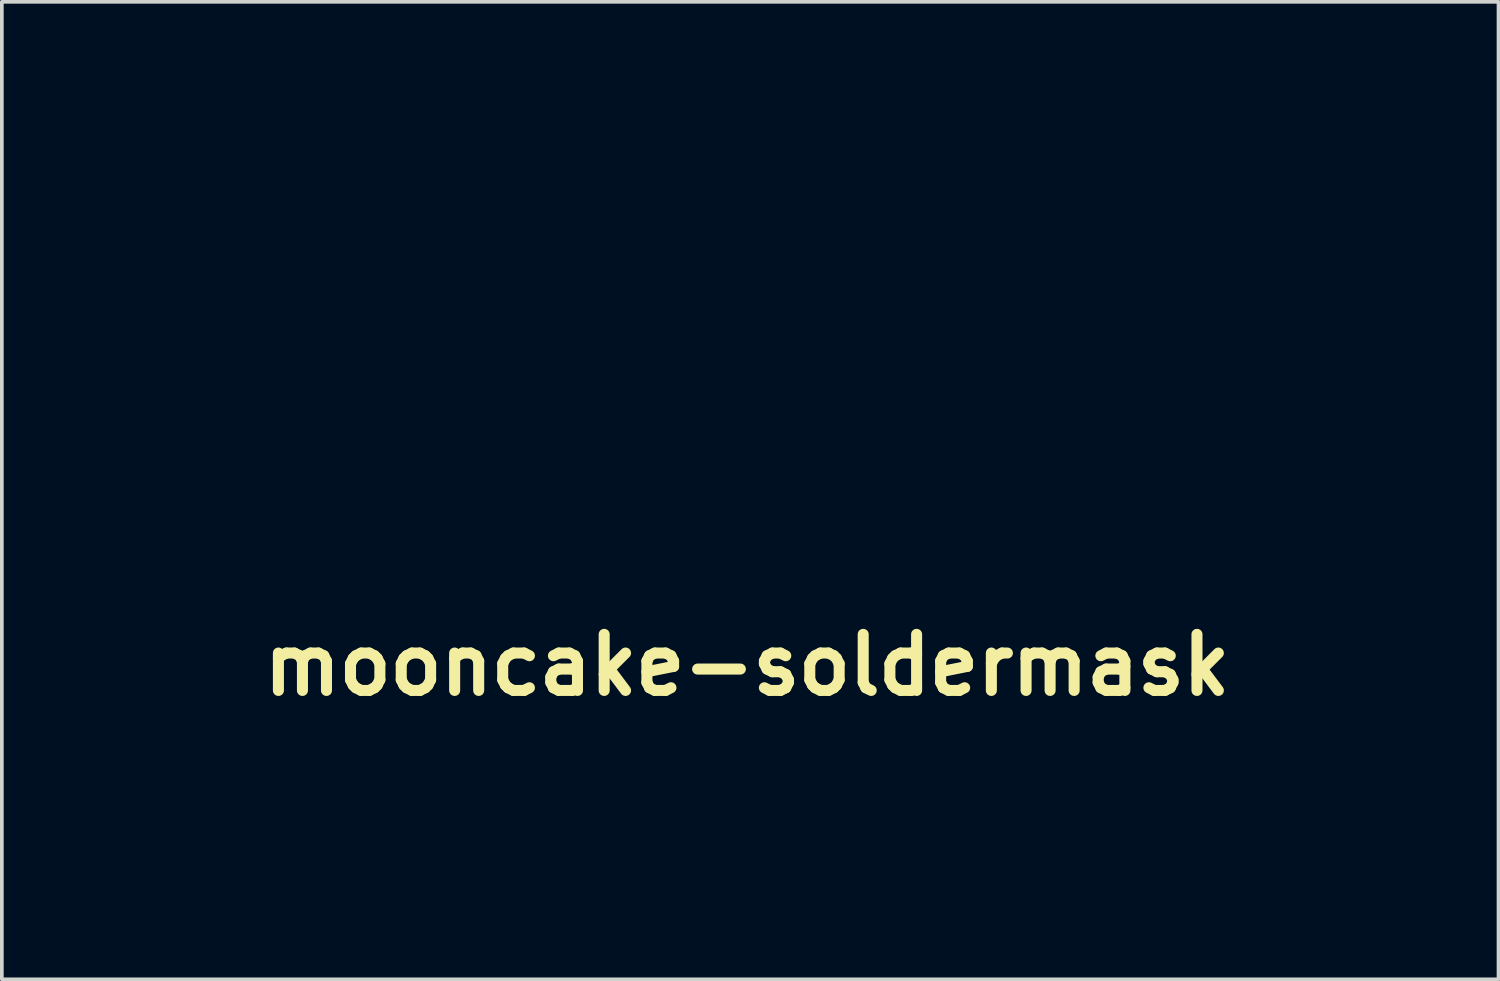
<source format=kicad_pcb>
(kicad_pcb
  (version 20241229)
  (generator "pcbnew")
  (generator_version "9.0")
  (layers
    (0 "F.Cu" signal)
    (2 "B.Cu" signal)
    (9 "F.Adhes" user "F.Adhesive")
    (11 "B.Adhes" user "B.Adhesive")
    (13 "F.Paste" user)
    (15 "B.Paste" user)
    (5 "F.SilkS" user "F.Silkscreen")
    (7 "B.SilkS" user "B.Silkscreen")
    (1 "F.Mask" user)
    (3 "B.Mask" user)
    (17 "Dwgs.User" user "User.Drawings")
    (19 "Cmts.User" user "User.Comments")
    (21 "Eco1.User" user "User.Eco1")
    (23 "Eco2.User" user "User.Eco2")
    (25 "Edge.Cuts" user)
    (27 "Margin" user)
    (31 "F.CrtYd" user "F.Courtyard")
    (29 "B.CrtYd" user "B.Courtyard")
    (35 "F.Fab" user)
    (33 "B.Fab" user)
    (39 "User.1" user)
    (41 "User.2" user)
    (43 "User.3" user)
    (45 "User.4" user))
  (footprint "mooncake-soldermask"
    (layer "F.Cu")
    (at 17.253 15.025)
    (property "Reference" "mooncake-soldermask" (at 0 0 0) (layer "F.SilkS") (effects (font (size 1.524 1.524) (thickness 0.3))))
    (attr through_hole)
    (fp_poly (pts (xy 6.447 -14.416) (xy 6.674 -14.361) (xy 6.855 -14.278) (xy 6.914 -14.233) (xy 7.065 -14.055) (xy 7.164 -13.848) (xy 7.197 -13.655) (xy 7.183 -13.514) (xy 7.131 -13.399) (xy 7.059 -13.309) (xy 6.855 -13.134) (xy 6.614 -13.032) (xy 6.332 -13.003) (xy 6.054 -13.036) (xy 5.796 -13.126) (xy 5.583 -13.279) (xy 5.428 -13.483) (xy 5.424 -13.491) (xy 5.397 -13.586) (xy 5.379 -13.726) (xy 5.376 -13.814) (xy 5.382 -13.954) (xy 5.408 -14.046) (xy 5.473 -14.129) (xy 5.548 -14.2) (xy 5.696 -14.32) (xy 5.832 -14.392) (xy 5.988 -14.427) (xy 6.196 -14.436) (xy 6.199 -14.436) (xy 6.447 -14.416)) (stroke (width 0.01) (type solid)) (fill yes) (layer "F.Mask"))
    (fp_poly (pts (xy 1.446 -15.02) (xy 1.961 -15.011) (xy 2.407 -14.993) (xy 2.789 -14.965) (xy 3.114 -14.926) (xy 3.385 -14.876) (xy 3.609 -14.815) (xy 3.791 -14.741) (xy 3.936 -14.653) (xy 4.049 -14.552) (xy 4.058 -14.542) (xy 4.162 -14.368) (xy 4.19 -14.179) (xy 4.149 -13.989) (xy 4.043 -13.807) (xy 3.877 -13.645) (xy 3.657 -13.516) (xy 3.568 -13.481) (xy 3.46 -13.451) (xy 3.328 -13.433) (xy 3.161 -13.426) (xy 2.95 -13.431) (xy 2.685 -13.449) (xy 2.357 -13.479) (xy 1.956 -13.521) (xy 1.907 -13.527) (xy 0.823 -13.631) (xy -0.217 -13.694) (xy -1.226 -13.715) (xy -2.218 -13.692) (xy -3.204 -13.625) (xy -4.197 -13.512) (xy -5.211 -13.352) (xy -6.258 -13.145) (xy -7.351 -12.889) (xy -8.17 -12.675) (xy -8.5 -12.585) (xy -8.758 -12.517) (xy -8.954 -12.467) (xy -9.098 -12.435) (xy -9.199 -12.419) (xy -9.268 -12.416) (xy -9.315 -12.426) (xy -9.348 -12.446) (xy -9.37 -12.466) (xy -9.42 -12.523) (xy -9.435 -12.575) (xy -9.409 -12.633) (xy -9.334 -12.711) (xy -9.202 -12.823) (xy -9.134 -12.878) (xy -8.828 -13.093) (xy -8.447 -13.31) (xy -7.999 -13.525) (xy -7.493 -13.735) (xy -6.937 -13.939) (xy -6.341 -14.132) (xy -5.714 -14.312) (xy -5.064 -14.475) (xy -4.401 -14.62) (xy -3.732 -14.743) (xy -3.26 -14.816) (xy -2.966 -14.855) (xy -2.68 -14.888) (xy -2.39 -14.916) (xy -2.084 -14.939) (xy -1.751 -14.959) (xy -1.381 -14.975) (xy -0.961 -14.989) (xy -0.482 -15) (xy 0.068 -15.011) (xy 0.191 -15.013) (xy 0.858 -15.02) (xy 1.446 -15.02)) (stroke (width 0.01) (type solid)) (fill yes) (layer "F.Mask"))
    (fp_poly (pts (xy 13.556 -3.562) (xy 14.127 -3.437) (xy 14.683 -3.238) (xy 15.216 -2.965) (xy 15.717 -2.618) (xy 15.73 -2.608) (xy 16.166 -2.206) (xy 16.542 -1.751) (xy 16.853 -1.254) (xy 17.099 -0.721) (xy 17.276 -0.161) (xy 17.383 0.417) (xy 17.418 1.005) (xy 17.378 1.594) (xy 17.261 2.177) (xy 17.099 2.661) (xy 16.83 3.224) (xy 16.494 3.737) (xy 16.097 4.196) (xy 15.645 4.596) (xy 15.141 4.933) (xy 14.592 5.202) (xy 14.002 5.399) (xy 13.991 5.401) (xy 13.705 5.459) (xy 13.369 5.502) (xy 13.012 5.528) (xy 12.661 5.535) (xy 12.346 5.521) (xy 12.174 5.502) (xy 11.588 5.369) (xy 11.024 5.161) (xy 10.491 4.884) (xy 9.998 4.545) (xy 9.557 4.148) (xy 9.177 3.701) (xy 9.092 3.582) (xy 8.789 3.067) (xy 8.561 2.521) (xy 8.407 1.954) (xy 8.325 1.373) (xy 8.321 1.111) (xy 12.543 1.111) (xy 12.58 1.191) (xy 12.67 1.291) (xy 12.816 1.405) (xy 12.952 1.436) (xy 13.085 1.386) (xy 13.169 1.316) (xy 13.269 1.175) (xy 13.293 1.058) (xy 13.258 0.926) (xy 13.17 0.801) (xy 13.052 0.71) (xy 12.937 0.677) (xy 12.82 0.712) (xy 12.698 0.801) (xy 12.597 0.919) (xy 12.549 1.026) (xy 12.543 1.111) (xy 8.321 1.111) (xy 8.315 0.788) (xy 8.377 0.206) (xy 8.509 -0.365) (xy 8.71 -0.917) (xy 8.979 -1.44) (xy 9.315 -1.927) (xy 9.718 -2.369) (xy 9.756 -2.405) (xy 10.223 -2.786) (xy 10.729 -3.096) (xy 11.264 -3.334) (xy 11.823 -3.5) (xy 12.396 -3.594) (xy 12.976 -3.614) (xy 13.556 -3.562)) (stroke (width 0.01) (type solid)) (fill yes) (layer "F.Mask"))
    (fp_poly (pts (xy -12.305 -3.853) (xy -12.027 -3.828) (xy -11.938 -3.814) (xy -11.338 -3.662) (xy -10.767 -3.433) (xy -10.233 -3.132) (xy -9.744 -2.762) (xy -9.574 -2.607) (xy -9.181 -2.184) (xy -8.861 -1.741) (xy -8.603 -1.261) (xy -8.408 -0.762) (xy -8.251 -0.161) (xy -8.176 0.443) (xy -8.18 1.044) (xy -8.261 1.632) (xy -8.416 2.203) (xy -8.643 2.75) (xy -8.94 3.264) (xy -9.305 3.739) (xy -9.735 4.169) (xy -10.195 4.524) (xy -10.661 4.796) (xy -11.179 5.017) (xy -11.726 5.178) (xy -11.789 5.192) (xy -11.998 5.226) (xy -12.262 5.251) (xy -12.555 5.268) (xy -12.85 5.274) (xy -13.123 5.27) (xy -13.345 5.255) (xy -13.399 5.248) (xy -13.983 5.116) (xy -14.549 4.91) (xy -15.083 4.635) (xy -15.573 4.298) (xy -16.008 3.905) (xy -16.015 3.898) (xy -16.384 3.467) (xy -16.686 3.011) (xy -16.933 2.513) (xy -17.129 1.968) (xy -17.17 1.831) (xy -17.2 1.711) (xy -17.221 1.592) (xy -17.234 1.457) (xy -17.242 1.29) (xy -17.246 1.073) (xy -17.247 0.944) (xy -12.996 0.944) (xy -12.963 1.065) (xy -12.879 1.192) (xy -12.77 1.29) (xy -12.726 1.313) (xy -12.589 1.332) (xy -12.454 1.273) (xy -12.351 1.181) (xy -12.274 1.073) (xy -12.236 0.966) (xy -12.234 0.949) (xy -12.272 0.825) (xy -12.366 0.708) (xy -12.492 0.623) (xy -12.615 0.593) (xy -12.745 0.627) (xy -12.869 0.713) (xy -12.962 0.828) (xy -12.996 0.944) (xy -17.247 0.944) (xy -17.247 0.789) (xy -17.248 0.762) (xy -17.247 0.464) (xy -17.244 0.234) (xy -17.236 0.055) (xy -17.222 -0.091) (xy -17.201 -0.219) (xy -17.171 -0.347) (xy -17.153 -0.416) (xy -16.948 -1.015) (xy -16.675 -1.571) (xy -16.339 -2.077) (xy -15.945 -2.531) (xy -15.497 -2.926) (xy -15.001 -3.259) (xy -14.462 -3.525) (xy -13.883 -3.719) (xy -13.562 -3.792) (xy -13.285 -3.83) (xy -12.963 -3.854) (xy -12.627 -3.862) (xy -12.305 -3.853)) (stroke (width 0.01) (type solid)) (fill yes) (layer "F.Mask")))
  (gr_rect
    (start -3 -3)
    (end 37.676 23.565)
    (stroke (width 0.1) (type default))
    (fill no)
    (layer "Edge.Cuts")))
</source>
